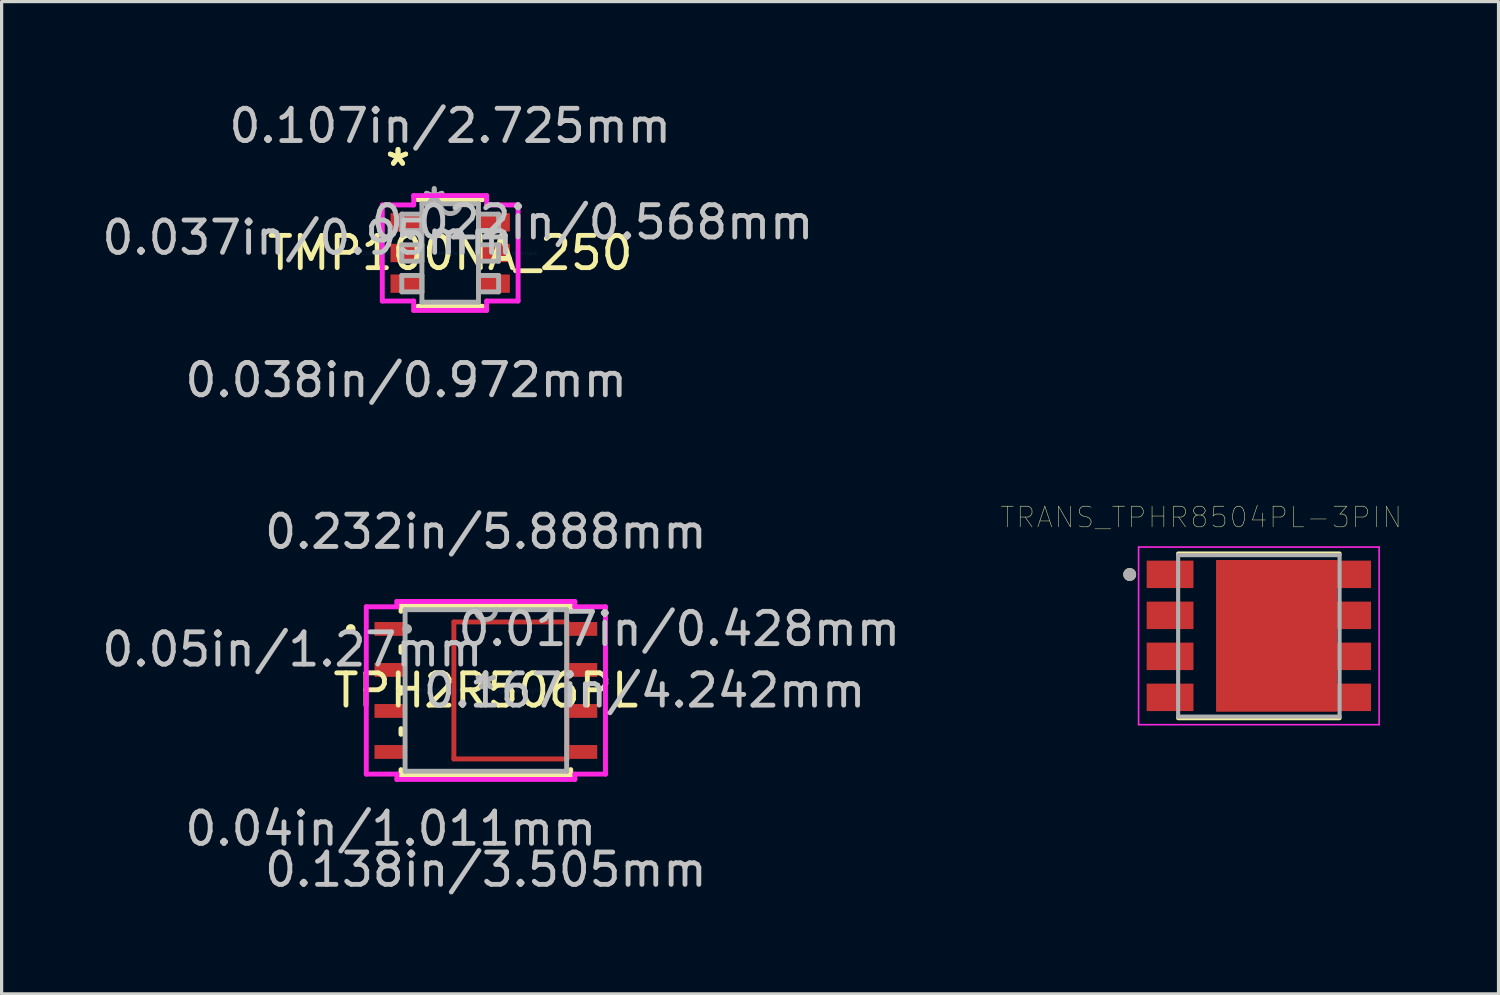
<source format=kicad_pcb>
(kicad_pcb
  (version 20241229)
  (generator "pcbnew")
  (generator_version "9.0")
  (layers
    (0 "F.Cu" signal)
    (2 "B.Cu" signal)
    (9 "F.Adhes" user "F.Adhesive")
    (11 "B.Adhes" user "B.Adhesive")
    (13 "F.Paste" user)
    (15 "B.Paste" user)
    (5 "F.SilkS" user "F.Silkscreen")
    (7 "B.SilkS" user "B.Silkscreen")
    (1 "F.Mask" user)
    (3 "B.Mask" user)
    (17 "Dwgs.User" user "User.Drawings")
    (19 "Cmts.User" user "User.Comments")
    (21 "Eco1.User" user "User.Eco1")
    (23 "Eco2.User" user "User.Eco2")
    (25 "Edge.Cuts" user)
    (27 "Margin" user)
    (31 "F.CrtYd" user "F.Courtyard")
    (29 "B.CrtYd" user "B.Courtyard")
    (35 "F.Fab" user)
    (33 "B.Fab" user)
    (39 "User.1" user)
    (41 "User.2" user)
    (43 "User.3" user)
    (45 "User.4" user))
  (footprint "TMP100NA_250"
    (layer "F.Cu")
    (at 10.893 4.785)
    (property "Reference" "TMP100NA_250" (at 0 0 0) (layer "F.SilkS") (effects (font (size 1 1) (thickness 0.15))))
    (attr through_hole)
    (fp_line (start -1.003 1.651) (end 1.003 1.651) (stroke (width 0.152) (type solid)) (layer "F.SilkS"))
    (fp_line (start 1.003 -1.651) (end -1.003 -1.651) (stroke (width 0.152) (type solid)) (layer "F.SilkS"))
    (fp_line (start -2.103 -1.488) (end -1.13 -1.488) (stroke (width 0.152) (type solid)) (layer "F.CrtYd"))
    (fp_line (start -2.103 1.488) (end -2.103 -1.488) (stroke (width 0.152) (type solid)) (layer "F.CrtYd"))
    (fp_line (start -1.13 -1.778) (end 1.13 -1.778) (stroke (width 0.152) (type solid)) (layer "F.CrtYd"))
    (fp_line (start -1.13 -1.488) (end -1.13 -1.778) (stroke (width 0.152) (type solid)) (layer "F.CrtYd"))
    (fp_line (start -1.13 1.488) (end -2.103 1.488) (stroke (width 0.152) (type solid)) (layer "F.CrtYd"))
    (fp_line (start -1.13 1.778) (end -1.13 1.488) (stroke (width 0.152) (type solid)) (layer "F.CrtYd"))
    (fp_line (start 1.13 -1.778) (end 1.13 -1.488) (stroke (width 0.152) (type solid)) (layer "F.CrtYd"))
    (fp_line (start 1.13 -1.488) (end 2.103 -1.488) (stroke (width 0.152) (type solid)) (layer "F.CrtYd"))
    (fp_line (start 1.13 1.488) (end 1.13 1.778) (stroke (width 0.152) (type solid)) (layer "F.CrtYd"))
    (fp_line (start 1.13 1.778) (end -1.13 1.778) (stroke (width 0.152) (type solid)) (layer "F.CrtYd"))
    (fp_line (start 2.103 -1.488) (end 2.103 1.488) (stroke (width 0.152) (type solid)) (layer "F.CrtYd"))
    (fp_line (start 2.103 1.488) (end 1.13 1.488) (stroke (width 0.152) (type solid)) (layer "F.CrtYd"))
    (fp_line (start -1.499 -1.204) (end -1.499 -0.696) (stroke (width 0.152) (type solid)) (layer "F.Fab"))
    (fp_line (start -1.499 -0.696) (end -0.876 -0.696) (stroke (width 0.152) (type solid)) (layer "F.Fab"))
    (fp_line (start -1.499 -0.254) (end -1.499 0.254) (stroke (width 0.152) (type solid)) (layer "F.Fab"))
    (fp_line (start -1.499 0.254) (end -0.876 0.254) (stroke (width 0.152) (type solid)) (layer "F.Fab"))
    (fp_line (start -1.499 0.696) (end -1.499 1.204) (stroke (width 0.152) (type solid)) (layer "F.Fab"))
    (fp_line (start -1.499 1.204) (end -0.876 1.204) (stroke (width 0.152) (type solid)) (layer "F.Fab"))
    (fp_line (start -0.876 -1.524) (end -0.876 1.524) (stroke (width 0.152) (type solid)) (layer "F.Fab"))
    (fp_line (start -0.876 -1.204) (end -1.499 -1.204) (stroke (width 0.152) (type solid)) (layer "F.Fab"))
    (fp_line (start -0.876 -0.696) (end -0.876 -1.204) (stroke (width 0.152) (type solid)) (layer "F.Fab"))
    (fp_line (start -0.876 -0.254) (end -1.499 -0.254) (stroke (width 0.152) (type solid)) (layer "F.Fab"))
    (fp_line (start -0.876 0.254) (end -0.876 -0.254) (stroke (width 0.152) (type solid)) (layer "F.Fab"))
    (fp_line (start -0.876 0.696) (end -1.499 0.696) (stroke (width 0.152) (type solid)) (layer "F.Fab"))
    (fp_line (start -0.876 1.204) (end -0.876 0.696) (stroke (width 0.152) (type solid)) (layer "F.Fab"))
    (fp_line (start -0.876 1.524) (end 0.876 1.524) (stroke (width 0.152) (type solid)) (layer "F.Fab"))
    (fp_line (start 0.876 -1.524) (end -0.876 -1.524) (stroke (width 0.152) (type solid)) (layer "F.Fab"))
    (fp_line (start 0.876 -1.204) (end 0.876 -0.696) (stroke (width 0.152) (type solid)) (layer "F.Fab"))
    (fp_line (start 0.876 -0.696) (end 1.499 -0.696) (stroke (width 0.152) (type solid)) (layer "F.Fab"))
    (fp_line (start 0.876 -0.254) (end 0.876 0.254) (stroke (width 0.152) (type solid)) (layer "F.Fab"))
    (fp_line (start 0.876 0.254) (end 1.499 0.254) (stroke (width 0.152) (type solid)) (layer "F.Fab"))
    (fp_line (start 0.876 0.696) (end 0.876 1.204) (stroke (width 0.152) (type solid)) (layer "F.Fab"))
    (fp_line (start 0.876 1.204) (end 1.499 1.204) (stroke (width 0.152) (type solid)) (layer "F.Fab"))
    (fp_line (start 0.876 1.524) (end 0.876 -1.524) (stroke (width 0.152) (type solid)) (layer "F.Fab"))
    (fp_line (start 1.499 -1.204) (end 0.876 -1.204) (stroke (width 0.152) (type solid)) (layer "F.Fab"))
    (fp_line (start 1.499 -0.696) (end 1.499 -1.204) (stroke (width 0.152) (type solid)) (layer "F.Fab"))
    (fp_line (start 1.499 -0.254) (end 0.876 -0.254) (stroke (width 0.152) (type solid)) (layer "F.Fab"))
    (fp_line (start 1.499 0.254) (end 1.499 -0.254) (stroke (width 0.152) (type solid)) (layer "F.Fab"))
    (fp_line (start 1.499 0.696) (end 0.876 0.696) (stroke (width 0.152) (type solid)) (layer "F.Fab"))
    (fp_line (start 1.499 1.204) (end 1.499 0.696) (stroke (width 0.152) (type solid)) (layer "F.Fab"))
    (fp_arc (start 0.3048 -1.524) (mid 0 -1.2192) (end -0.3048 -1.524) (stroke (width 0.1524) (type solid)) (layer "F.Fab"))
    (fp_text user "*" (at -1.616 -2.661 0) (layer "F.SilkS") (effects (font (size 1 1) (thickness 0.15))))
    (fp_text user "*" (at -1.616 -2.661 0) (layer "F.SilkS") (effects (font (size 1 1) (thickness 0.15))))
    (fp_text user "0.022in/0.568mm" (at 4.41 -0.95 0) (layer "Dwgs.User") (effects (font (size 1 1) (thickness 0.15))))
    (fp_text user "0.107in/2.725mm" (at 0 -3.937 0) (layer "Dwgs.User") (effects (font (size 1 1) (thickness 0.15))))
    (fp_text user "0.037in/0.95mm" (at -4.41 -0.475 0) (layer "Dwgs.User") (effects (font (size 1 1) (thickness 0.15))))
    (fp_text user "0.038in/0.972mm" (at -1.362 3.937 0) (layer "Dwgs.User") (effects (font (size 1 1) (thickness 0.15))))
    (fp_text user "Copyright 2016 Accelerated Designs. All rights reserved." (at 0 0 0) (layer "Cmts.User") (effects (font (size 0.127 0.127) (thickness 0.002))))
    (fp_text user "*" (at -0.495 -1.448 0) (layer "F.Fab") (effects (font (size 1 1) (thickness 0.15))))
    (fp_text user "*" (at -0.495 -1.448 0) (layer "F.Fab") (effects (font (size 1 1) (thickness 0.15))))
    (pad "1" smd rect (at -1.362 -0.95) (size 0.972 0.568) (layers "F.Cu" "F.Mask" "F.Paste"))
    (pad "2" smd rect (at -1.362 0) (size 0.972 0.568) (layers "F.Cu" "F.Mask" "F.Paste"))
    (pad "3" smd rect (at -1.362 0.95) (size 0.972 0.568) (layers "F.Cu" "F.Mask" "F.Paste"))
    (pad "4" smd rect (at 1.362 0.95) (size 0.972 0.568) (layers "F.Cu" "F.Mask" "F.Paste"))
    (pad "5" smd rect (at 1.362 0) (size 0.972 0.568) (layers "F.Cu" "F.Mask" "F.Paste"))
    (pad "6" smd rect (at 1.362 -0.95) (size 0.972 0.568) (layers "F.Cu" "F.Mask" "F.Paste")))
  (footprint "TPH2R506PL"
    (layer "F.Cu")
    (at 11.998 18.334)
    (property "Reference" "TPH2R506PL" (at 0 0 0) (layer "F.SilkS") (effects (font (size 1 1) (thickness 0.15))))
    (attr through_hole)
    (fp_line (start -0.991 -2.121) (end 2.515 -2.121) (stroke (width 0.152) (type solid)) (layer "F.Cu"))
    (fp_line (start -0.991 2.121) (end -0.991 -2.121) (stroke (width 0.152) (type solid)) (layer "F.Cu"))
    (fp_line (start 2.515 -2.121) (end 2.515 2.121) (stroke (width 0.152) (type solid)) (layer "F.Cu"))
    (fp_line (start 2.515 2.121) (end -0.991 2.121) (stroke (width 0.152) (type solid)) (layer "F.Cu"))
    (fp_line (start -2.629 -2.629) (end -2.629 -2.452) (stroke (width 0.152) (type solid)) (layer "F.SilkS"))
    (fp_line (start -2.629 -1.358) (end -2.629 -1.182) (stroke (width 0.152) (type solid)) (layer "F.SilkS"))
    (fp_line (start -2.629 -0.088) (end -2.629 0.088) (stroke (width 0.152) (type solid)) (layer "F.SilkS"))
    (fp_line (start -2.629 1.182) (end -2.629 1.358) (stroke (width 0.152) (type solid)) (layer "F.SilkS"))
    (fp_line (start -2.629 2.452) (end -2.629 2.629) (stroke (width 0.152) (type solid)) (layer "F.SilkS"))
    (fp_line (start -2.629 2.629) (end 2.629 2.629) (stroke (width 0.152) (type solid)) (layer "F.SilkS"))
    (fp_line (start 2.629 -2.629) (end -2.629 -2.629) (stroke (width 0.152) (type solid)) (layer "F.SilkS"))
    (fp_line (start 2.629 -2.452) (end 2.629 -2.629) (stroke (width 0.152) (type solid)) (layer "F.SilkS"))
    (fp_line (start 2.629 2.629) (end 2.629 2.452) (stroke (width 0.152) (type solid)) (layer "F.SilkS"))
    (fp_circle (center -4.186 -1.905) (end -4.11 -1.905) (stroke (width 0.152) (type solid)) (fill no) (layer "F.SilkS"))
    (fp_line (start -0.941 -1.856) (end -0.941 -0.752) (stroke (width 0.152) (type solid)) (layer "F.Paste"))
    (fp_line (start -0.941 -0.752) (end 0.662 -0.752) (stroke (width 0.152) (type solid)) (layer "F.Paste"))
    (fp_line (start -0.941 -0.552) (end -0.941 0.552) (stroke (width 0.152) (type solid)) (layer "F.Paste"))
    (fp_line (start -0.941 0.552) (end 0.662 0.552) (stroke (width 0.152) (type solid)) (layer "F.Paste"))
    (fp_line (start -0.941 0.752) (end -0.941 1.856) (stroke (width 0.152) (type solid)) (layer "F.Paste"))
    (fp_line (start -0.941 1.856) (end 0.662 1.856) (stroke (width 0.152) (type solid)) (layer "F.Paste"))
    (fp_line (start 0.662 -1.856) (end -0.941 -1.856) (stroke (width 0.152) (type solid)) (layer "F.Paste"))
    (fp_line (start 0.662 -0.752) (end 0.662 -1.856) (stroke (width 0.152) (type solid)) (layer "F.Paste"))
    (fp_line (start 0.662 -0.552) (end -0.941 -0.552) (stroke (width 0.152) (type solid)) (layer "F.Paste"))
    (fp_line (start 0.662 0.552) (end 0.662 -0.552) (stroke (width 0.152) (type solid)) (layer "F.Paste"))
    (fp_line (start 0.662 0.752) (end -0.941 0.752) (stroke (width 0.152) (type solid)) (layer "F.Paste"))
    (fp_line (start 0.662 1.856) (end 0.662 0.752) (stroke (width 0.152) (type solid)) (layer "F.Paste"))
    (fp_line (start 0.862 -1.856) (end 0.862 -0.752) (stroke (width 0.152) (type solid)) (layer "F.Paste"))
    (fp_line (start 0.862 -0.752) (end 2.465 -0.752) (stroke (width 0.152) (type solid)) (layer "F.Paste"))
    (fp_line (start 0.862 -0.552) (end 0.862 0.552) (stroke (width 0.152) (type solid)) (layer "F.Paste"))
    (fp_line (start 0.862 0.552) (end 2.465 0.552) (stroke (width 0.152) (type solid)) (layer "F.Paste"))
    (fp_line (start 0.862 0.752) (end 0.862 1.856) (stroke (width 0.152) (type solid)) (layer "F.Paste"))
    (fp_line (start 0.862 1.856) (end 2.465 1.856) (stroke (width 0.152) (type solid)) (layer "F.Paste"))
    (fp_line (start 2.465 -1.856) (end 0.862 -1.856) (stroke (width 0.152) (type solid)) (layer "F.Paste"))
    (fp_line (start 2.465 -0.752) (end 2.465 -1.856) (stroke (width 0.152) (type solid)) (layer "F.Paste"))
    (fp_line (start 2.465 -0.552) (end 0.862 -0.552) (stroke (width 0.152) (type solid)) (layer "F.Paste"))
    (fp_line (start 2.465 0.552) (end 2.465 -0.552) (stroke (width 0.152) (type solid)) (layer "F.Paste"))
    (fp_line (start 2.465 0.752) (end 0.862 0.752) (stroke (width 0.152) (type solid)) (layer "F.Paste"))
    (fp_line (start 2.465 1.856) (end 2.465 0.752) (stroke (width 0.152) (type solid)) (layer "F.Paste"))
    (fp_line (start -3.704 -2.591) (end -2.756 -2.591) (stroke (width 0.152) (type solid)) (layer "F.CrtYd"))
    (fp_line (start -3.704 2.591) (end -3.704 -2.591) (stroke (width 0.152) (type solid)) (layer "F.CrtYd"))
    (fp_line (start -2.756 -2.756) (end 2.756 -2.756) (stroke (width 0.152) (type solid)) (layer "F.CrtYd"))
    (fp_line (start -2.756 -2.591) (end -2.756 -2.756) (stroke (width 0.152) (type solid)) (layer "F.CrtYd"))
    (fp_line (start -2.756 2.591) (end -3.704 2.591) (stroke (width 0.152) (type solid)) (layer "F.CrtYd"))
    (fp_line (start -2.756 2.756) (end -2.756 2.591) (stroke (width 0.152) (type solid)) (layer "F.CrtYd"))
    (fp_line (start 2.756 -2.756) (end 2.756 -2.591) (stroke (width 0.152) (type solid)) (layer "F.CrtYd"))
    (fp_line (start 2.756 -2.591) (end 3.704 -2.591) (stroke (width 0.152) (type solid)) (layer "F.CrtYd"))
    (fp_line (start 2.756 2.591) (end 2.756 2.756) (stroke (width 0.152) (type solid)) (layer "F.CrtYd"))
    (fp_line (start 2.756 2.756) (end -2.756 2.756) (stroke (width 0.152) (type solid)) (layer "F.CrtYd"))
    (fp_line (start 3.704 -2.591) (end 3.704 2.591) (stroke (width 0.152) (type solid)) (layer "F.CrtYd"))
    (fp_line (start 3.704 2.591) (end 2.756 2.591) (stroke (width 0.152) (type solid)) (layer "F.CrtYd"))
    (fp_line (start -2.502 -2.502) (end -2.502 2.502) (stroke (width 0.152) (type solid)) (layer "F.Fab"))
    (fp_line (start -2.502 2.502) (end 2.502 2.502) (stroke (width 0.152) (type solid)) (layer "F.Fab"))
    (fp_line (start 2.502 -2.502) (end -2.502 -2.502) (stroke (width 0.152) (type solid)) (layer "F.Fab"))
    (fp_line (start 2.502 2.502) (end 2.502 -2.502) (stroke (width 0.152) (type solid)) (layer "F.Fab"))
    (fp_arc (start 0.3048 -2.5019) (mid 0 -2.1971) (end -0.3048 -2.5019) (stroke (width 0.1524) (type solid)) (layer "F.Fab"))
    (fp_circle (center -2.438 -1.905) (end -2.362 -1.905) (stroke (width 0.152) (type solid)) (fill no) (layer "F.Fab"))
    (fp_text user "*" (at 0 0 0) (layer "F.SilkS") (effects (font (size 1 1) (thickness 0.15))))
    (fp_text user "0.04in/1.011mm" (at -2.944 4.28 0) (layer "Dwgs.User") (effects (font (size 1 1) (thickness 0.15))))
    (fp_text user "0.232in/5.888mm" (at 0 -4.915 0) (layer "Dwgs.User") (effects (font (size 1 1) (thickness 0.15))))
    (fp_text user "0.167in/4.242mm" (at 4.915 0 0) (layer "Dwgs.User") (effects (font (size 1 1) (thickness 0.15))))
    (fp_text user "0.138in/3.505mm" (at 0 5.55 0) (layer "Dwgs.User") (effects (font (size 1 1) (thickness 0.15))))
    (fp_text user "0.05in/1.27mm" (at -5.992 -1.27 0) (layer "Dwgs.User") (effects (font (size 1 1) (thickness 0.15))))
    (fp_text user "0.017in/0.428mm" (at 5.992 -1.905 0) (layer "Dwgs.User") (effects (font (size 1 1) (thickness 0.15))))
    (fp_text user "Copyright 2016 Accelerated Designs. All rights reserved." (at 0 0 0) (layer "Cmts.User") (effects (font (size 0.127 0.127) (thickness 0.002))))
    (fp_text user "*" (at 0 0 0) (layer "F.Fab") (effects (font (size 1 1) (thickness 0.15))))
    (pad "1" smd rect (at -2.944 -1.905) (size 1.011 0.428) (layers "F.Cu" "F.Mask" "F.Paste"))
    (pad "2" smd rect (at -2.944 -0.635) (size 1.011 0.428) (layers "F.Cu" "F.Mask" "F.Paste"))
    (pad "3" smd rect (at -2.944 0.635) (size 1.011 0.428) (layers "F.Cu" "F.Mask" "F.Paste"))
    (pad "4" smd rect (at -2.944 1.905) (size 1.011 0.428) (layers "F.Cu" "F.Mask" "F.Paste"))
    (pad "5" smd rect (at 2.944 1.905) (size 1.011 0.428) (layers "F.Cu" "F.Mask" "F.Paste"))
    (pad "6" smd rect (at 2.944 0.635) (size 1.011 0.428) (layers "F.Cu" "F.Mask" "F.Paste"))
    (pad "7" smd rect (at 2.944 -0.635) (size 1.011 0.428) (layers "F.Cu" "F.Mask" "F.Paste"))
    (pad "8" smd rect (at 2.944 -1.905) (size 1.011 0.428) (layers "F.Cu" "F.Mask" "F.Paste")))
  (footprint "TRANS_TPHR8504PL-3PIN"
    (layer "F.Cu")
    (at 35.938 16.643)
    (property "Reference" "TRANS_TPHR8504PL-3PIN" (at -1.784 -3.671 0) (layer "F.SilkS") (effects (font (size 0.64 0.64) (thickness 0.015))))
    (attr through_hole)
    (fp_line (start -2.5 -2.55) (end 2.5 -2.55) (stroke (width 0.127) (type solid)) (layer "F.SilkS"))
    (fp_line (start -2.5 2.55) (end 2.5 2.55) (stroke (width 0.127) (type solid)) (layer "F.SilkS"))
    (fp_circle (center -4 -1.9) (end -3.9 -1.9) (stroke (width 0.2) (type solid)) (fill no) (layer "F.SilkS"))
    (fp_poly (pts (xy -0.94 -1.186) (xy 2.04 -1.186) (xy 2.04 1.186) (xy -0.94 1.186)) (stroke (width 0.01) (type solid)) (fill yes) (layer "F.Paste"))
    (fp_line (start -3.725 -2.75) (end 3.725 -2.75) (stroke (width 0.05) (type solid)) (layer "F.CrtYd"))
    (fp_line (start -3.725 2.75) (end -3.725 -2.75) (stroke (width 0.05) (type solid)) (layer "F.CrtYd"))
    (fp_line (start 3.725 -2.75) (end 3.725 2.75) (stroke (width 0.05) (type solid)) (layer "F.CrtYd"))
    (fp_line (start 3.725 2.75) (end -3.725 2.75) (stroke (width 0.05) (type solid)) (layer "F.CrtYd"))
    (fp_line (start -2.5 -2.5) (end 2.5 -2.5) (stroke (width 0.127) (type solid)) (layer "F.Fab"))
    (fp_line (start -2.5 2.5) (end -2.5 -2.5) (stroke (width 0.127) (type solid)) (layer "F.Fab"))
    (fp_line (start 2.5 -2.5) (end 2.5 2.5) (stroke (width 0.127) (type solid)) (layer "F.Fab"))
    (fp_line (start 2.5 2.5) (end -2.5 2.5) (stroke (width 0.127) (type solid)) (layer "F.Fab"))
    (fp_circle (center -4 -1.9) (end -3.9 -1.9) (stroke (width 0.2) (type solid)) (fill no) (layer "F.Fab"))
    (pad "1" smd rect (at 0.55 0) (size 3.75 4.7) (layers "F.Cu" "F.Mask"))
    (pad "1" smd rect (at 2.95 -1.905) (size 1.05 0.85) (layers "F.Cu" "F.Mask" "F.Paste"))
    (pad "1" smd rect (at 2.95 -0.635) (size 1.05 0.85) (layers "F.Cu" "F.Mask" "F.Paste"))
    (pad "1" smd rect (at 2.95 0.635) (size 1.05 0.85) (layers "F.Cu" "F.Mask" "F.Paste"))
    (pad "1" smd rect (at 2.95 1.905) (size 1.05 0.85) (layers "F.Cu" "F.Mask" "F.Paste"))
    (pad "2" smd rect (at -2.75 1.905) (size 1.45 0.85) (layers "F.Cu" "F.Mask" "F.Paste"))
    (pad "3" smd rect (at -2.75 -1.905) (size 1.45 0.85) (layers "F.Cu" "F.Mask" "F.Paste"))
    (pad "3" smd rect (at -2.75 -0.635) (size 1.45 0.85) (layers "F.Cu" "F.Mask" "F.Paste"))
    (pad "3" smd rect (at -2.75 0.635) (size 1.45 0.85) (layers "F.Cu" "F.Mask" "F.Paste")))
  (gr_rect
    (start -3 -3)
    (end 43.361 27.732)
    (stroke (width 0.1) (type default))
    (fill no)
    (layer "Edge.Cuts")))
</source>
